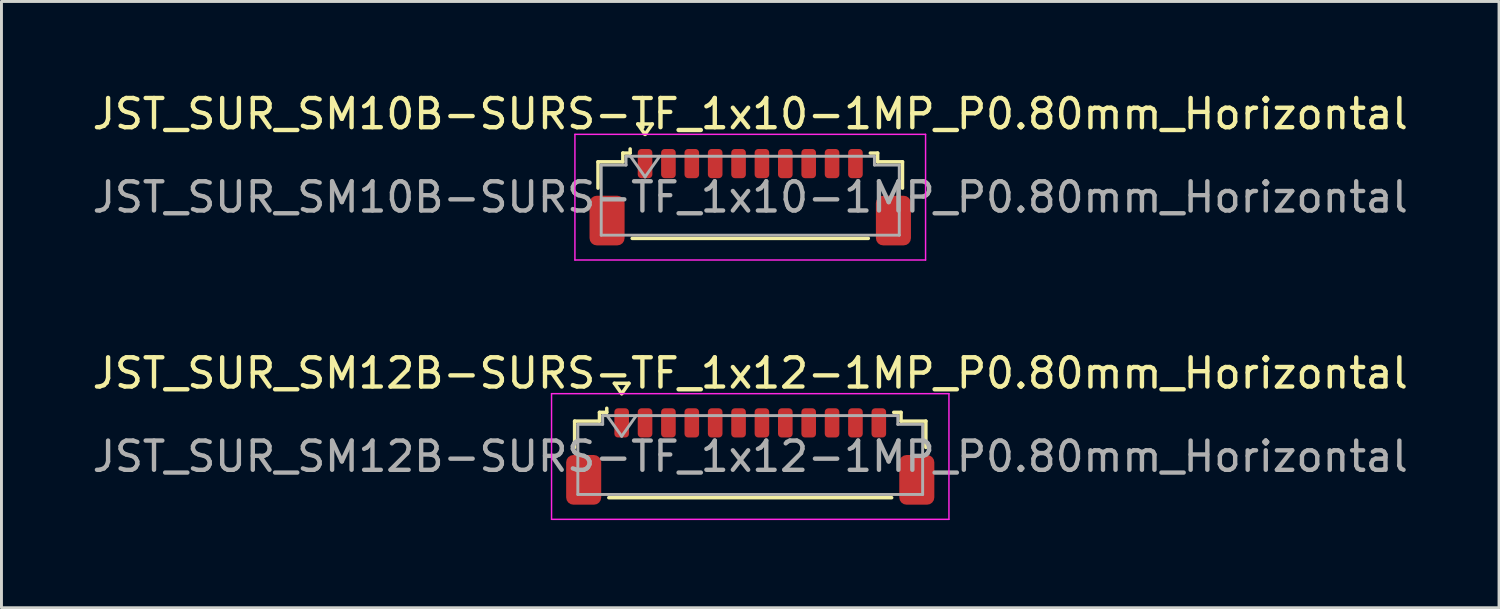
<source format=kicad_pcb>
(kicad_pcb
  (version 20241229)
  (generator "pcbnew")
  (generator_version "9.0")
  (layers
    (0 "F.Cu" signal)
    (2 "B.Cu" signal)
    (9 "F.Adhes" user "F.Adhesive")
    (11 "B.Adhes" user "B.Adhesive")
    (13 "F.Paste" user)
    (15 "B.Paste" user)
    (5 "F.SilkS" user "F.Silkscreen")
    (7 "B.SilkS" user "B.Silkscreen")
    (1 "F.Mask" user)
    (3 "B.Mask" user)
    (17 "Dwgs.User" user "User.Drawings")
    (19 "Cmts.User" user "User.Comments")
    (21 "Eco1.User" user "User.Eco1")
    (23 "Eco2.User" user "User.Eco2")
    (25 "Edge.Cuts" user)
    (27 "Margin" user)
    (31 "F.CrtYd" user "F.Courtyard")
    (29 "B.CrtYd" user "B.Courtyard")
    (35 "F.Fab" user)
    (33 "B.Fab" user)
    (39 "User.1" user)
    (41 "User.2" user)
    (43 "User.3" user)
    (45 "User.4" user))
  (footprint "JST_SUR_SM10B-SURS-TF_1x10-1MP_P0.80mm_Horizontal"
    (layer "F.Cu")
    (at 22.625 3.698)
    (property "Reference" "JST_SUR_SM10B-SURS-TF_1x10-1MP_P0.80mm_Horizontal" (at 0 -2.85 0) (layer "F.SilkS") (effects (font (size 1 1) (thickness 0.15))))
    (attr smd)
    (fp_line (start -5.21 -1.21) (end -4.36 -1.21) (stroke (width 0.12) (type solid)) (layer "F.SilkS"))
    (fp_line (start -5.21 -0.31) (end -5.21 -1.21) (stroke (width 0.12) (type solid)) (layer "F.SilkS"))
    (fp_line (start -4.36 -1.51) (end -4.11 -1.51) (stroke (width 0.12) (type solid)) (layer "F.SilkS"))
    (fp_line (start -4.36 -1.21) (end -4.36 -1.51) (stroke (width 0.12) (type solid)) (layer "F.SilkS"))
    (fp_line (start -4.11 -1.51) (end -4.11 -1.65) (stroke (width 0.12) (type solid)) (layer "F.SilkS"))
    (fp_line (start -4.04 1.41) (end 4.04 1.41) (stroke (width 0.12) (type solid)) (layer "F.SilkS"))
    (fp_line (start -3.85 -2.504) (end -3.6 -2.15) (stroke (width 0.12) (type solid)) (layer "F.SilkS"))
    (fp_line (start -3.6 -2.15) (end -3.35 -2.504) (stroke (width 0.12) (type solid)) (layer "F.SilkS"))
    (fp_line (start -3.35 -2.504) (end -3.85 -2.504) (stroke (width 0.12) (type solid)) (layer "F.SilkS"))
    (fp_line (start 4.36 -1.51) (end 4.11 -1.51) (stroke (width 0.12) (type solid)) (layer "F.SilkS"))
    (fp_line (start 4.36 -1.21) (end 4.36 -1.51) (stroke (width 0.12) (type solid)) (layer "F.SilkS"))
    (fp_line (start 5.21 -1.21) (end 4.36 -1.21) (stroke (width 0.12) (type solid)) (layer "F.SilkS"))
    (fp_line (start 5.21 -0.31) (end 5.21 -1.21) (stroke (width 0.12) (type solid)) (layer "F.SilkS"))
    (fp_line (start -6 -2.15) (end -6 2.15) (stroke (width 0.05) (type solid)) (layer "F.CrtYd"))
    (fp_line (start -6 2.15) (end 6 2.15) (stroke (width 0.05) (type solid)) (layer "F.CrtYd"))
    (fp_line (start 6 -2.15) (end -6 -2.15) (stroke (width 0.05) (type solid)) (layer "F.CrtYd"))
    (fp_line (start 6 2.15) (end 6 -2.15) (stroke (width 0.05) (type solid)) (layer "F.CrtYd"))
    (fp_line (start -5.1 -1.1) (end -5.1 1.3) (stroke (width 0.1) (type solid)) (layer "F.Fab"))
    (fp_line (start -5.1 -1.1) (end -4.25 -1.1) (stroke (width 0.1) (type solid)) (layer "F.Fab"))
    (fp_line (start -5.1 1.3) (end 5.1 1.3) (stroke (width 0.1) (type solid)) (layer "F.Fab"))
    (fp_line (start -4.25 -1.4) (end 4.25 -1.4) (stroke (width 0.1) (type solid)) (layer "F.Fab"))
    (fp_line (start -4.25 -1.1) (end -4.25 -1.4) (stroke (width 0.1) (type solid)) (layer "F.Fab"))
    (fp_line (start -4.1 -1.4) (end -3.6 -0.693) (stroke (width 0.1) (type solid)) (layer "F.Fab"))
    (fp_line (start -3.6 -0.693) (end -3.1 -1.4) (stroke (width 0.1) (type solid)) (layer "F.Fab"))
    (fp_line (start 4.25 -1.4) (end 4.25 -1.1) (stroke (width 0.1) (type solid)) (layer "F.Fab"))
    (fp_line (start 4.25 -1.1) (end 5.1 -1.1) (stroke (width 0.1) (type solid)) (layer "F.Fab"))
    (fp_line (start 5.1 -1.1) (end 5.1 1.3) (stroke (width 0.1) (type solid)) (layer "F.Fab"))
    (fp_text user "${REFERENCE}" (at 0 0 0) (layer "F.Fab") (effects (font (size 1 1) (thickness 0.15))))
    (pad "1" smd roundrect (at -3.6 -1.15) (size 0.5 1) (layers "F.Cu" "F.Mask" "F.Paste") (roundrect_rratio 0.25))
    (pad "2" smd roundrect (at -2.8 -1.15) (size 0.5 1) (layers "F.Cu" "F.Mask" "F.Paste") (roundrect_rratio 0.25))
    (pad "3" smd roundrect (at -2 -1.15) (size 0.5 1) (layers "F.Cu" "F.Mask" "F.Paste") (roundrect_rratio 0.25))
    (pad "4" smd roundrect (at -1.2 -1.15) (size 0.5 1) (layers "F.Cu" "F.Mask" "F.Paste") (roundrect_rratio 0.25))
    (pad "5" smd roundrect (at -0.4 -1.15) (size 0.5 1) (layers "F.Cu" "F.Mask" "F.Paste") (roundrect_rratio 0.25))
    (pad "6" smd roundrect (at 0.4 -1.15) (size 0.5 1) (layers "F.Cu" "F.Mask" "F.Paste") (roundrect_rratio 0.25))
    (pad "7" smd roundrect (at 1.2 -1.15) (size 0.5 1) (layers "F.Cu" "F.Mask" "F.Paste") (roundrect_rratio 0.25))
    (pad "8" smd roundrect (at 2 -1.15) (size 0.5 1) (layers "F.Cu" "F.Mask" "F.Paste") (roundrect_rratio 0.25))
    (pad "9" smd roundrect (at 2.8 -1.15) (size 0.5 1) (layers "F.Cu" "F.Mask" "F.Paste") (roundrect_rratio 0.25))
    (pad "10" smd roundrect (at 3.6 -1.15) (size 0.5 1) (layers "F.Cu" "F.Mask" "F.Paste") (roundrect_rratio 0.25))
    (pad "MP" smd roundrect (at -4.9 0.8) (size 1.2 1.7) (layers "F.Cu" "F.Mask" "F.Paste") (roundrect_rratio 0.208))
    (pad "MP" smd roundrect (at 4.9 0.8) (size 1.2 1.7) (layers "F.Cu" "F.Mask" "F.Paste") (roundrect_rratio 0.208)))
  (footprint "JST_SUR_SM12B-SURS-TF_1x12-1MP_P0.80mm_Horizontal"
    (layer "F.Cu")
    (at 22.625 12.572)
    (property "Reference" "JST_SUR_SM12B-SURS-TF_1x12-1MP_P0.80mm_Horizontal" (at 0 -2.85 0) (layer "F.SilkS") (effects (font (size 1 1) (thickness 0.15))))
    (attr smd)
    (fp_line (start -6.01 -1.21) (end -5.16 -1.21) (stroke (width 0.12) (type solid)) (layer "F.SilkS"))
    (fp_line (start -6.01 -0.31) (end -6.01 -1.21) (stroke (width 0.12) (type solid)) (layer "F.SilkS"))
    (fp_line (start -5.16 -1.51) (end -4.91 -1.51) (stroke (width 0.12) (type solid)) (layer "F.SilkS"))
    (fp_line (start -5.16 -1.21) (end -5.16 -1.51) (stroke (width 0.12) (type solid)) (layer "F.SilkS"))
    (fp_line (start -4.91 -1.51) (end -4.91 -1.65) (stroke (width 0.12) (type solid)) (layer "F.SilkS"))
    (fp_line (start -4.84 1.41) (end 4.84 1.41) (stroke (width 0.12) (type solid)) (layer "F.SilkS"))
    (fp_line (start -4.65 -2.504) (end -4.4 -2.15) (stroke (width 0.12) (type solid)) (layer "F.SilkS"))
    (fp_line (start -4.4 -2.15) (end -4.15 -2.504) (stroke (width 0.12) (type solid)) (layer "F.SilkS"))
    (fp_line (start -4.15 -2.504) (end -4.65 -2.504) (stroke (width 0.12) (type solid)) (layer "F.SilkS"))
    (fp_line (start 5.16 -1.51) (end 4.91 -1.51) (stroke (width 0.12) (type solid)) (layer "F.SilkS"))
    (fp_line (start 5.16 -1.21) (end 5.16 -1.51) (stroke (width 0.12) (type solid)) (layer "F.SilkS"))
    (fp_line (start 6.01 -1.21) (end 5.16 -1.21) (stroke (width 0.12) (type solid)) (layer "F.SilkS"))
    (fp_line (start 6.01 -0.31) (end 6.01 -1.21) (stroke (width 0.12) (type solid)) (layer "F.SilkS"))
    (fp_line (start -6.8 -2.15) (end -6.8 2.15) (stroke (width 0.05) (type solid)) (layer "F.CrtYd"))
    (fp_line (start -6.8 2.15) (end 6.8 2.15) (stroke (width 0.05) (type solid)) (layer "F.CrtYd"))
    (fp_line (start 6.8 -2.15) (end -6.8 -2.15) (stroke (width 0.05) (type solid)) (layer "F.CrtYd"))
    (fp_line (start 6.8 2.15) (end 6.8 -2.15) (stroke (width 0.05) (type solid)) (layer "F.CrtYd"))
    (fp_line (start -5.9 -1.1) (end -5.9 1.3) (stroke (width 0.1) (type solid)) (layer "F.Fab"))
    (fp_line (start -5.9 -1.1) (end -5.05 -1.1) (stroke (width 0.1) (type solid)) (layer "F.Fab"))
    (fp_line (start -5.9 1.3) (end 5.9 1.3) (stroke (width 0.1) (type solid)) (layer "F.Fab"))
    (fp_line (start -5.05 -1.4) (end 5.05 -1.4) (stroke (width 0.1) (type solid)) (layer "F.Fab"))
    (fp_line (start -5.05 -1.1) (end -5.05 -1.4) (stroke (width 0.1) (type solid)) (layer "F.Fab"))
    (fp_line (start -4.9 -1.4) (end -4.4 -0.693) (stroke (width 0.1) (type solid)) (layer "F.Fab"))
    (fp_line (start -4.4 -0.693) (end -3.9 -1.4) (stroke (width 0.1) (type solid)) (layer "F.Fab"))
    (fp_line (start 5.05 -1.4) (end 5.05 -1.1) (stroke (width 0.1) (type solid)) (layer "F.Fab"))
    (fp_line (start 5.05 -1.1) (end 5.9 -1.1) (stroke (width 0.1) (type solid)) (layer "F.Fab"))
    (fp_line (start 5.9 -1.1) (end 5.9 1.3) (stroke (width 0.1) (type solid)) (layer "F.Fab"))
    (fp_text user "${REFERENCE}" (at 0 0 0) (layer "F.Fab") (effects (font (size 1 1) (thickness 0.15))))
    (pad "1" smd roundrect (at -4.4 -1.15) (size 0.5 1) (layers "F.Cu" "F.Mask" "F.Paste") (roundrect_rratio 0.25))
    (pad "2" smd roundrect (at -3.6 -1.15) (size 0.5 1) (layers "F.Cu" "F.Mask" "F.Paste") (roundrect_rratio 0.25))
    (pad "3" smd roundrect (at -2.8 -1.15) (size 0.5 1) (layers "F.Cu" "F.Mask" "F.Paste") (roundrect_rratio 0.25))
    (pad "4" smd roundrect (at -2 -1.15) (size 0.5 1) (layers "F.Cu" "F.Mask" "F.Paste") (roundrect_rratio 0.25))
    (pad "5" smd roundrect (at -1.2 -1.15) (size 0.5 1) (layers "F.Cu" "F.Mask" "F.Paste") (roundrect_rratio 0.25))
    (pad "6" smd roundrect (at -0.4 -1.15) (size 0.5 1) (layers "F.Cu" "F.Mask" "F.Paste") (roundrect_rratio 0.25))
    (pad "7" smd roundrect (at 0.4 -1.15) (size 0.5 1) (layers "F.Cu" "F.Mask" "F.Paste") (roundrect_rratio 0.25))
    (pad "8" smd roundrect (at 1.2 -1.15) (size 0.5 1) (layers "F.Cu" "F.Mask" "F.Paste") (roundrect_rratio 0.25))
    (pad "9" smd roundrect (at 2 -1.15) (size 0.5 1) (layers "F.Cu" "F.Mask" "F.Paste") (roundrect_rratio 0.25))
    (pad "10" smd roundrect (at 2.8 -1.15) (size 0.5 1) (layers "F.Cu" "F.Mask" "F.Paste") (roundrect_rratio 0.25))
    (pad "11" smd roundrect (at 3.6 -1.15) (size 0.5 1) (layers "F.Cu" "F.Mask" "F.Paste") (roundrect_rratio 0.25))
    (pad "12" smd roundrect (at 4.4 -1.15) (size 0.5 1) (layers "F.Cu" "F.Mask" "F.Paste") (roundrect_rratio 0.25))
    (pad "MP" smd roundrect (at -5.7 0.8) (size 1.2 1.7) (layers "F.Cu" "F.Mask" "F.Paste") (roundrect_rratio 0.208))
    (pad "MP" smd roundrect (at 5.7 0.8) (size 1.2 1.7) (layers "F.Cu" "F.Mask" "F.Paste") (roundrect_rratio 0.208)))
  (gr_rect
    (start -3 -3)
    (end 48.25 17.747)
    (stroke (width 0.1) (type default))
    (fill no)
    (layer "Edge.Cuts")))
</source>
